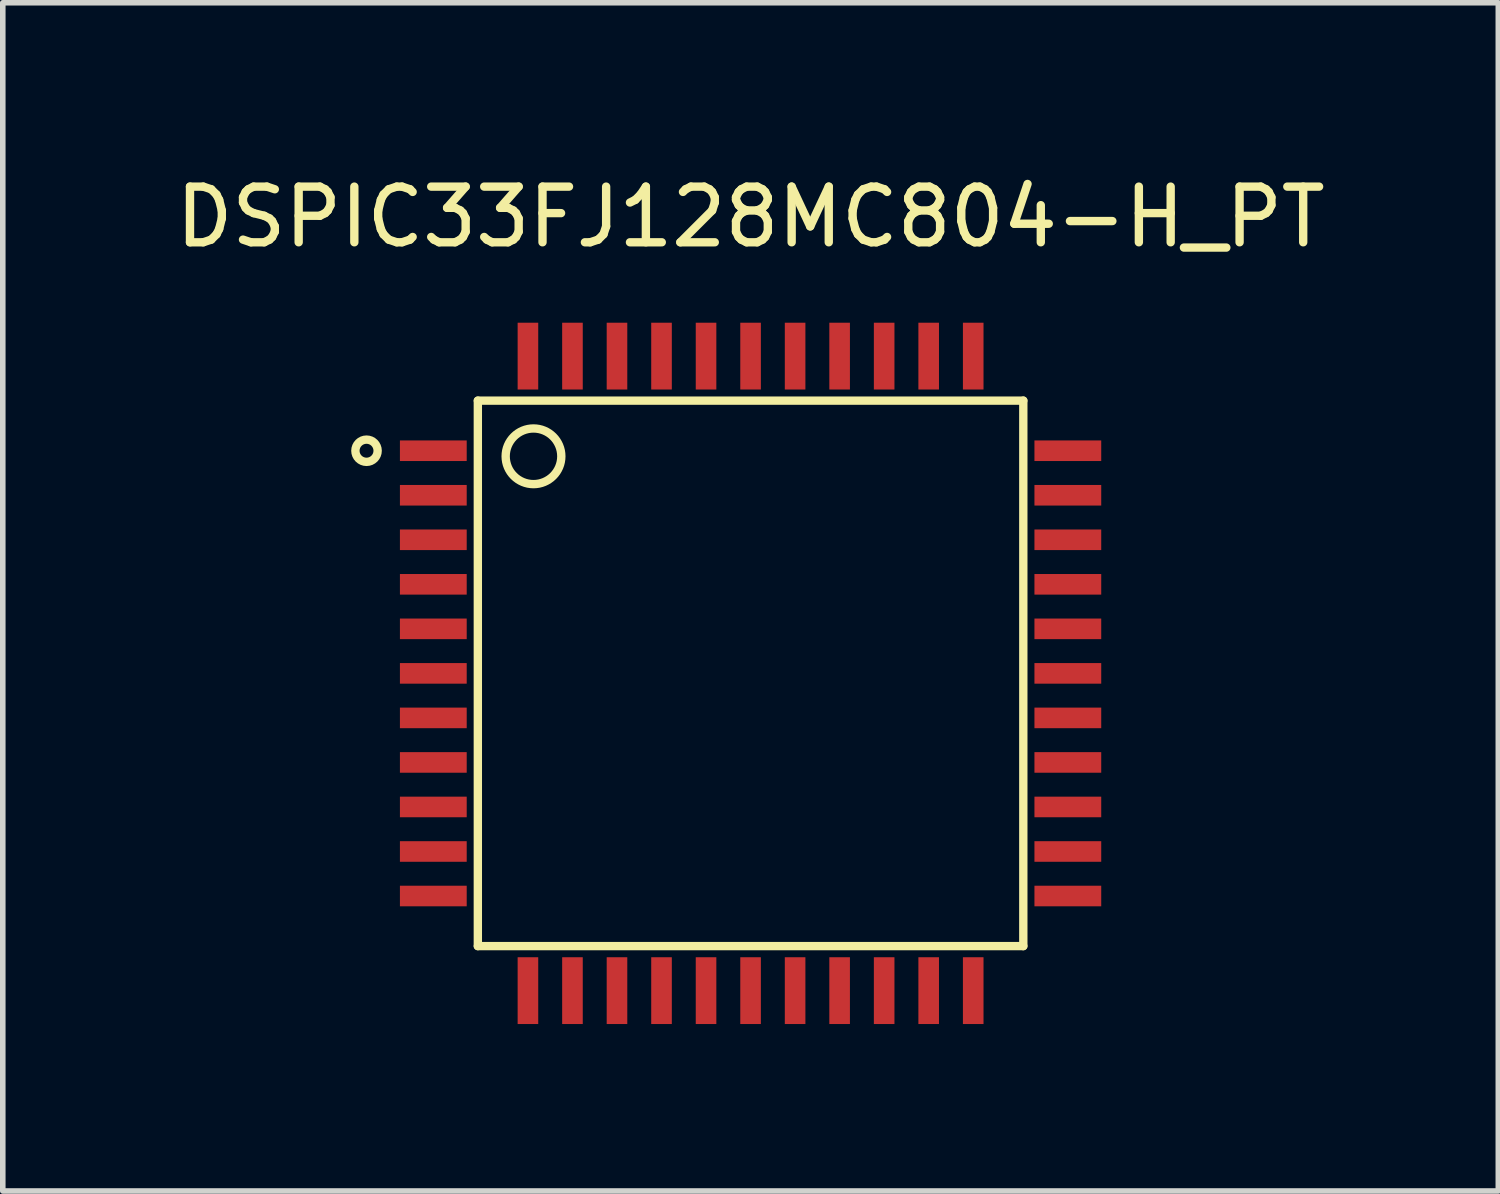
<source format=kicad_pcb>
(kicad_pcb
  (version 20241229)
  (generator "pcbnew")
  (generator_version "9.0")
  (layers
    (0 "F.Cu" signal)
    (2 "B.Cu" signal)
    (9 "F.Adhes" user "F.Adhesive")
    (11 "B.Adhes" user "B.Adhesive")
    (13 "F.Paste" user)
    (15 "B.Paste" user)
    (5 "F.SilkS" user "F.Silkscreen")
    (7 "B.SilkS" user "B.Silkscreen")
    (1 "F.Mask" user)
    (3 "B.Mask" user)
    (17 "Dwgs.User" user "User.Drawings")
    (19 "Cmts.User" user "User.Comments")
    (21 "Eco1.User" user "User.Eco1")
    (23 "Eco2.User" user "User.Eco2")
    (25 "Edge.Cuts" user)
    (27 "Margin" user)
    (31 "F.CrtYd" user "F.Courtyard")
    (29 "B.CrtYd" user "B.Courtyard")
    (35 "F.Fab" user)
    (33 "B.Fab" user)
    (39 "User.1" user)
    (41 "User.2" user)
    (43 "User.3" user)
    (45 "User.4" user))
  (footprint "DSPIC33FJ128MC804-H_PT"
    (layer "F.Cu")
    (at 4.735 3.348)
    (property "Reference" "DSPIC33FJ128MC804-H_PT" (at 5.7 -2.5 0) (layer "F.SilkS") (effects (font (size 1 1) (thickness 0.15))))
    (attr through_hole)
    (fp_line (start 0.8 0.8) (end 0.8 10.6) (stroke (width 0.15) (type solid)) (layer "F.SilkS"))
    (fp_line (start 0.8 0.8) (end 10.6 0.8) (stroke (width 0.15) (type solid)) (layer "F.SilkS"))
    (fp_line (start 0.8 10.6) (end 10.6 10.6) (stroke (width 0.15) (type solid)) (layer "F.SilkS"))
    (fp_line (start 10.6 10.6) (end 10.6 0.8) (stroke (width 0.15) (type solid)) (layer "F.SilkS"))
    (fp_circle (center -1.2 1.7) (end -1.2 1.5) (stroke (width 0.15) (type solid)) (fill no) (layer "F.SilkS"))
    (fp_circle (center 1.8 1.8) (end 1.8 1.3) (stroke (width 0.15) (type solid)) (fill no) (layer "F.SilkS"))
    (pad "1" smd rect (at 0 1.7) (size 1.2 0.37) (layers "F.Cu" "F.Mask" "F.Paste"))
    (pad "2" smd rect (at 0 2.5) (size 1.2 0.37) (layers "F.Cu" "F.Mask" "F.Paste"))
    (pad "3" smd rect (at 0 3.3) (size 1.2 0.37) (layers "F.Cu" "F.Mask" "F.Paste"))
    (pad "4" smd rect (at 0 4.1) (size 1.2 0.37) (layers "F.Cu" "F.Mask" "F.Paste"))
    (pad "5" smd rect (at 0 4.9) (size 1.2 0.37) (layers "F.Cu" "F.Mask" "F.Paste"))
    (pad "6" smd rect (at 0 5.7) (size 1.2 0.37) (layers "F.Cu" "F.Mask" "F.Paste"))
    (pad "7" smd rect (at 0 6.5) (size 1.2 0.37) (layers "F.Cu" "F.Mask" "F.Paste"))
    (pad "8" smd rect (at 0 7.3) (size 1.2 0.37) (layers "F.Cu" "F.Mask" "F.Paste"))
    (pad "9" smd rect (at 0 8.1) (size 1.2 0.37) (layers "F.Cu" "F.Mask" "F.Paste"))
    (pad "10" smd rect (at 0 8.9) (size 1.2 0.37) (layers "F.Cu" "F.Mask" "F.Paste"))
    (pad "11" smd rect (at 0 9.7) (size 1.2 0.37) (layers "F.Cu" "F.Mask" "F.Paste"))
    (pad "12" smd rect (at 1.7 11.4) (size 0.37 1.2) (layers "F.Cu" "F.Mask" "F.Paste"))
    (pad "13" smd rect (at 2.5 11.4) (size 0.37 1.2) (layers "F.Cu" "F.Mask" "F.Paste"))
    (pad "14" smd rect (at 3.3 11.4) (size 0.37 1.2) (layers "F.Cu" "F.Mask" "F.Paste"))
    (pad "15" smd rect (at 4.1 11.4) (size 0.37 1.2) (layers "F.Cu" "F.Mask" "F.Paste"))
    (pad "16" smd rect (at 4.9 11.4) (size 0.37 1.2) (layers "F.Cu" "F.Mask" "F.Paste"))
    (pad "17" smd rect (at 5.7 11.4) (size 0.37 1.2) (layers "F.Cu" "F.Mask" "F.Paste"))
    (pad "18" smd rect (at 6.5 11.4) (size 0.37 1.2) (layers "F.Cu" "F.Mask" "F.Paste"))
    (pad "19" smd rect (at 7.3 11.4) (size 0.37 1.2) (layers "F.Cu" "F.Mask" "F.Paste"))
    (pad "20" smd rect (at 8.1 11.4) (size 0.37 1.2) (layers "F.Cu" "F.Mask" "F.Paste"))
    (pad "21" smd rect (at 8.9 11.4) (size 0.37 1.2) (layers "F.Cu" "F.Mask" "F.Paste"))
    (pad "22" smd rect (at 9.7 11.4) (size 0.37 1.2) (layers "F.Cu" "F.Mask" "F.Paste"))
    (pad "23" smd rect (at 11.4 9.7) (size 1.2 0.37) (layers "F.Cu" "F.Mask" "F.Paste"))
    (pad "24" smd rect (at 11.4 8.9) (size 1.2 0.37) (layers "F.Cu" "F.Mask" "F.Paste"))
    (pad "25" smd rect (at 11.4 8.1) (size 1.2 0.37) (layers "F.Cu" "F.Mask" "F.Paste"))
    (pad "26" smd rect (at 11.4 7.3) (size 1.2 0.37) (layers "F.Cu" "F.Mask" "F.Paste"))
    (pad "27" smd rect (at 11.4 6.5) (size 1.2 0.37) (layers "F.Cu" "F.Mask" "F.Paste"))
    (pad "28" smd rect (at 11.4 5.7) (size 1.2 0.37) (layers "F.Cu" "F.Mask" "F.Paste"))
    (pad "29" smd rect (at 11.4 4.9) (size 1.2 0.37) (layers "F.Cu" "F.Mask" "F.Paste"))
    (pad "30" smd rect (at 11.4 4.1) (size 1.2 0.37) (layers "F.Cu" "F.Mask" "F.Paste"))
    (pad "31" smd rect (at 11.4 3.3) (size 1.2 0.37) (layers "F.Cu" "F.Mask" "F.Paste"))
    (pad "32" smd rect (at 11.4 2.5) (size 1.2 0.37) (layers "F.Cu" "F.Mask" "F.Paste"))
    (pad "33" smd rect (at 11.4 1.7) (size 1.2 0.37) (layers "F.Cu" "F.Mask" "F.Paste"))
    (pad "34" smd rect (at 9.7 0) (size 0.37 1.2) (layers "F.Cu" "F.Mask" "F.Paste"))
    (pad "35" smd rect (at 8.9 0) (size 0.37 1.2) (layers "F.Cu" "F.Mask" "F.Paste"))
    (pad "36" smd rect (at 8.1 0) (size 0.37 1.2) (layers "F.Cu" "F.Mask" "F.Paste"))
    (pad "37" smd rect (at 7.3 0) (size 0.37 1.2) (layers "F.Cu" "F.Mask" "F.Paste"))
    (pad "38" smd rect (at 6.5 0) (size 0.37 1.2) (layers "F.Cu" "F.Mask" "F.Paste"))
    (pad "39" smd rect (at 5.7 0) (size 0.37 1.2) (layers "F.Cu" "F.Mask" "F.Paste"))
    (pad "40" smd rect (at 4.9 0) (size 0.37 1.2) (layers "F.Cu" "F.Mask" "F.Paste"))
    (pad "41" smd rect (at 4.1 0) (size 0.37 1.2) (layers "F.Cu" "F.Mask" "F.Paste"))
    (pad "42" smd rect (at 3.3 0) (size 0.37 1.2) (layers "F.Cu" "F.Mask" "F.Paste"))
    (pad "43" smd rect (at 2.5 0) (size 0.37 1.2) (layers "F.Cu" "F.Mask" "F.Paste"))
    (pad "44" smd rect (at 1.7 0) (size 0.37 1.2) (layers "F.Cu" "F.Mask" "F.Paste")))
  (gr_rect
    (start -3 -3)
    (end 23.869 18.348)
    (stroke (width 0.1) (type default))
    (fill no)
    (layer "Edge.Cuts")))
</source>
